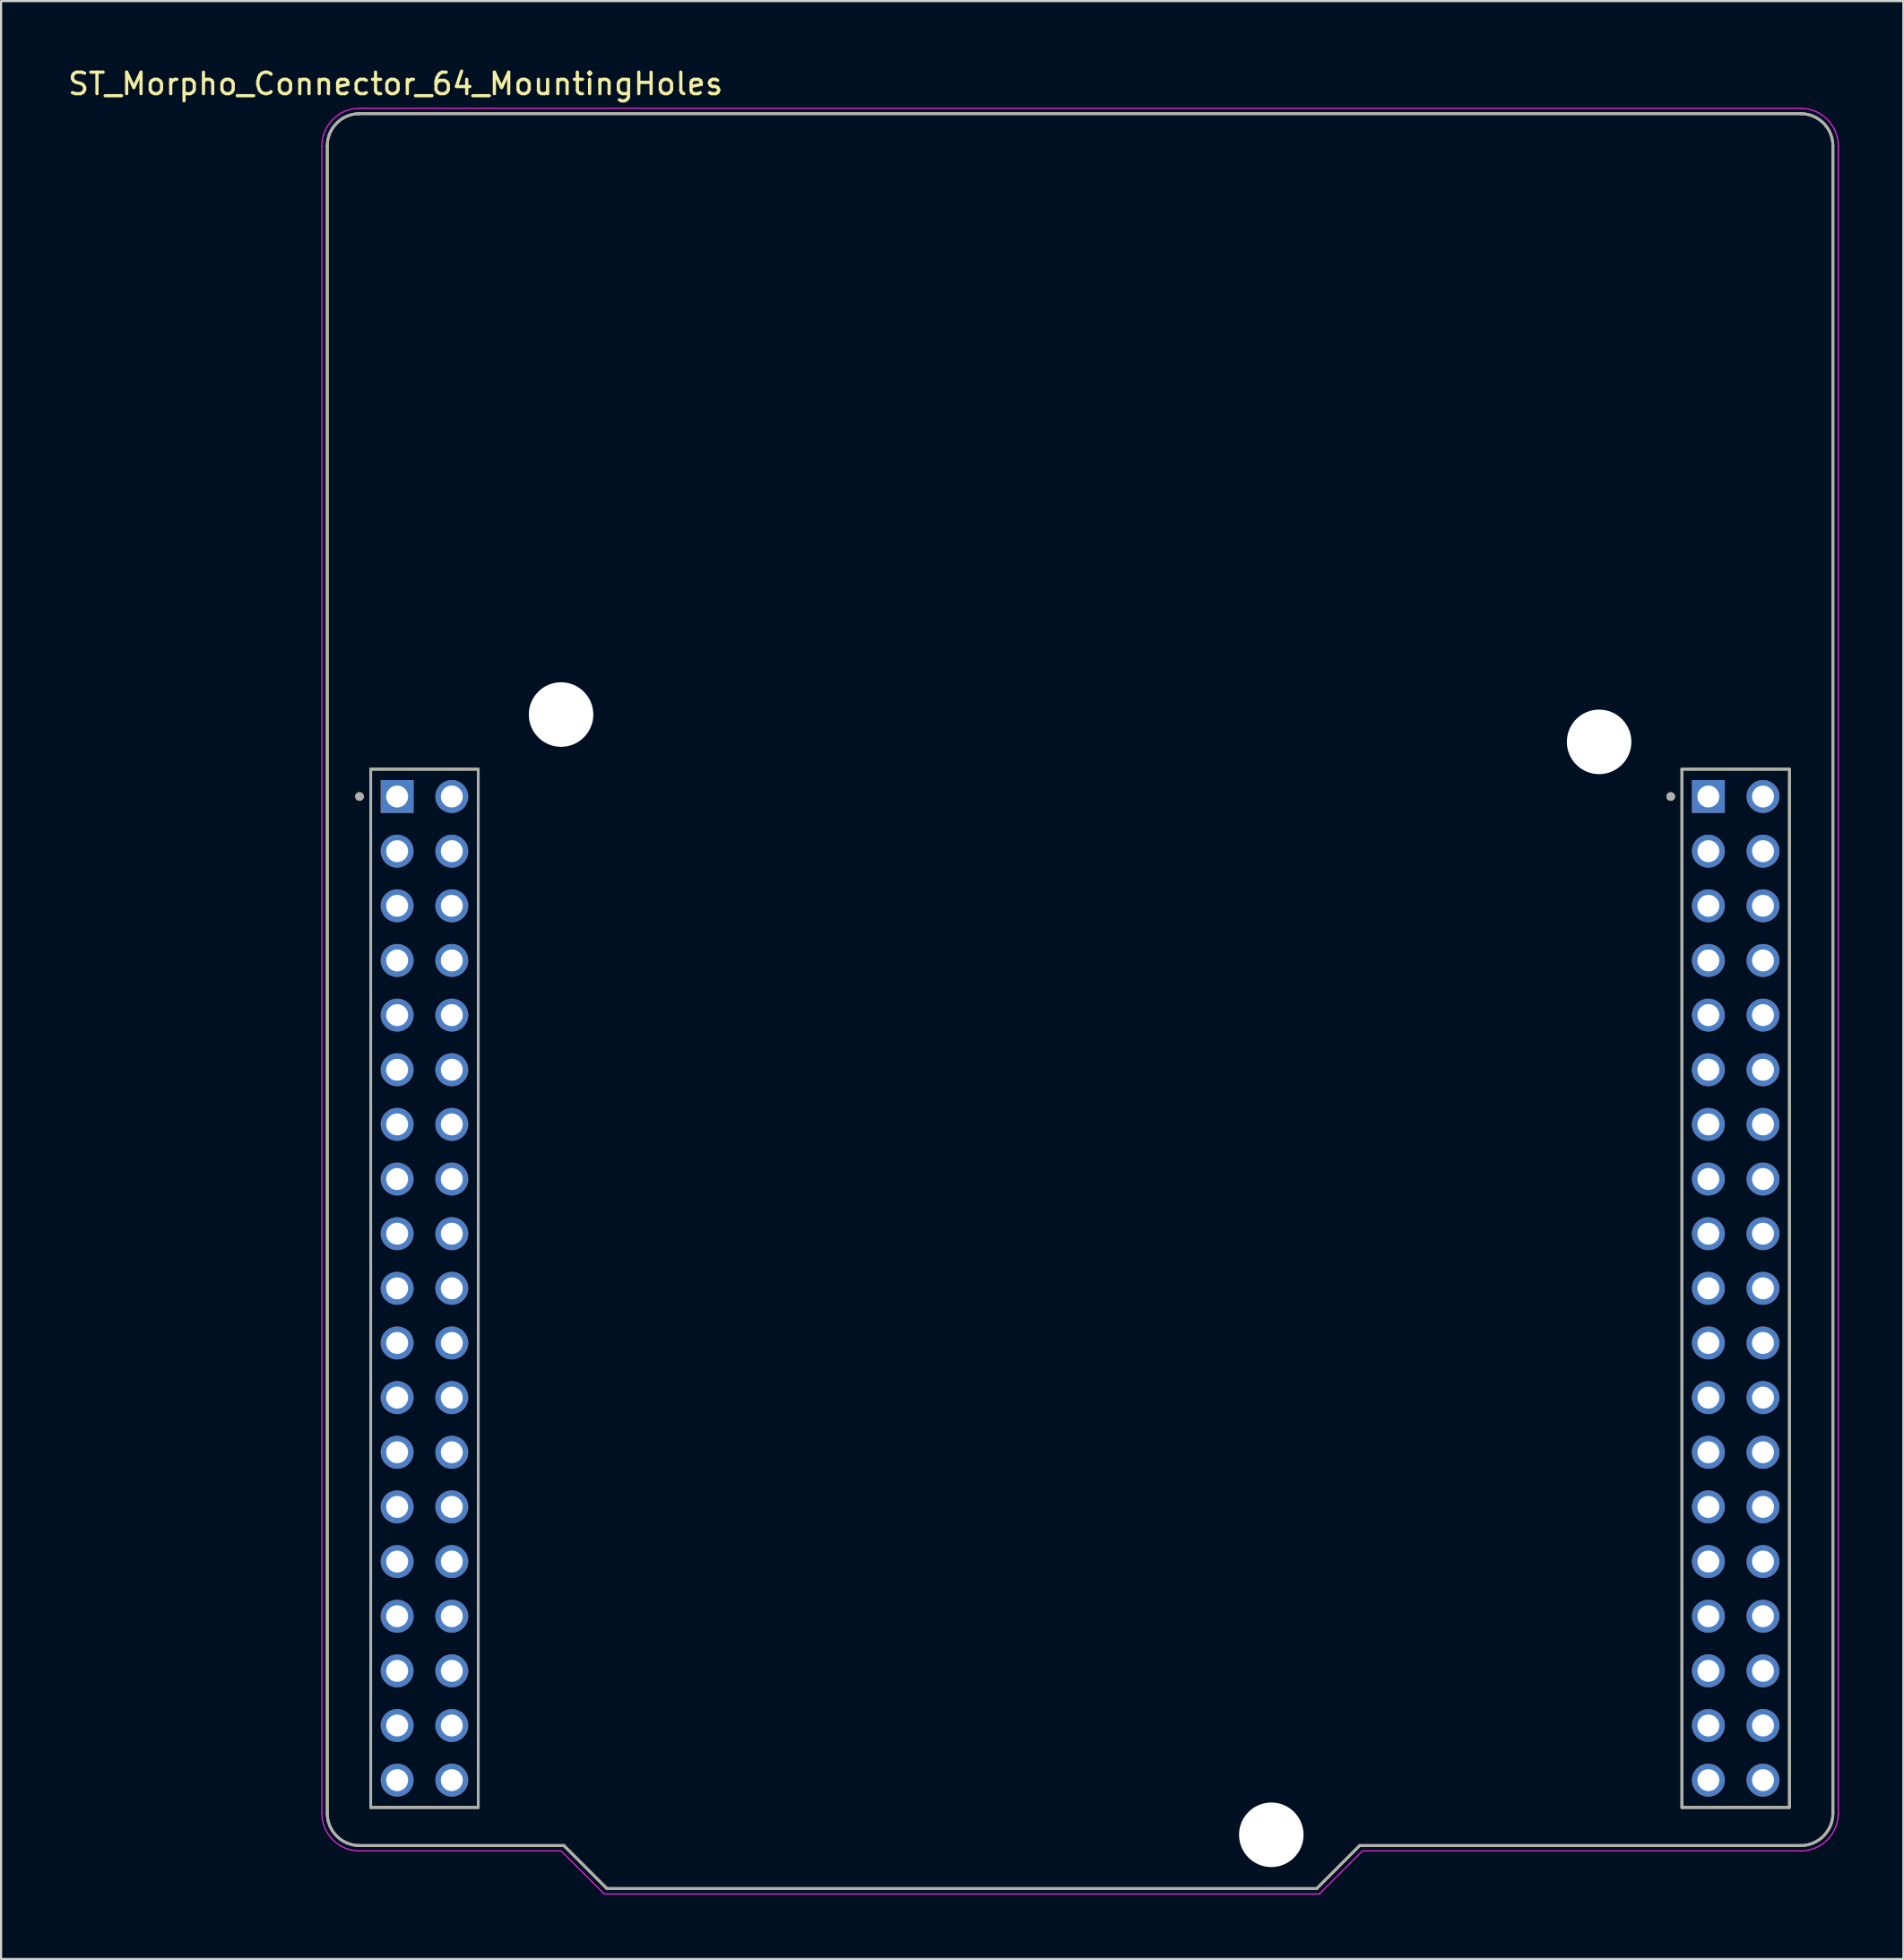
<source format=kicad_pcb>
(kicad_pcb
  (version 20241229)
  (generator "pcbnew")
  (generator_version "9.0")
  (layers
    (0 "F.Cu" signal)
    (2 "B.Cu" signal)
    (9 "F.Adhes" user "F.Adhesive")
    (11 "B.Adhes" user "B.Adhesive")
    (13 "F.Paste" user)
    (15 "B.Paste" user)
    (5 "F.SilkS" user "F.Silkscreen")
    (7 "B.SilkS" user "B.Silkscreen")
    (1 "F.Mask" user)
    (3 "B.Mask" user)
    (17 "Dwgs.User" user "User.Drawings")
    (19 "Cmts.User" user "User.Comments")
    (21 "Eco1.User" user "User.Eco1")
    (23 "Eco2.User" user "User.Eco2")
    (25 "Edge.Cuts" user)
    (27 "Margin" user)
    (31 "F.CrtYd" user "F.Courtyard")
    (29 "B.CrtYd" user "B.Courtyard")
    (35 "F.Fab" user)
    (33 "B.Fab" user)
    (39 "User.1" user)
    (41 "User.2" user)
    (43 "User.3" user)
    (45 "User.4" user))
  (footprint "ST_Morpho_Connector_64_MountingHoles"
    (layer "F.Cu")
    (at 47.164 43.483)
    (property "Reference" "ST_Morpho_Connector_64_MountingHoles" (at -31.825 -42.635 0) (layer "F.SilkS") (effects (font (size 1 1) (thickness 0.15))))
    (attr through_hole)
    (fp_line (start -35 37.75) (end -35 -39.75) (stroke (width 0.127) (type solid)) (layer "F.SilkS"))
    (fp_line (start -33.5 -41.25) (end 33.5 -41.25) (stroke (width 0.127) (type solid)) (layer "F.SilkS"))
    (fp_line (start -32.98 -10.78) (end -32.98 37.48) (stroke (width 0.127) (type solid)) (layer "F.SilkS"))
    (fp_line (start -32.98 37.48) (end -27.98 37.48) (stroke (width 0.127) (type solid)) (layer "F.SilkS"))
    (fp_line (start -27.98 -10.78) (end -32.98 -10.78) (stroke (width 0.127) (type solid)) (layer "F.SilkS"))
    (fp_line (start -27.98 37.48) (end -27.98 -10.78) (stroke (width 0.127) (type solid)) (layer "F.SilkS"))
    (fp_line (start -24 39.25) (end -33.5 39.25) (stroke (width 0.127) (type solid)) (layer "F.SilkS"))
    (fp_line (start -22 41.25) (end -24 39.25) (stroke (width 0.127) (type solid)) (layer "F.SilkS"))
    (fp_line (start 11 41.25) (end -22 41.25) (stroke (width 0.127) (type solid)) (layer "F.SilkS"))
    (fp_line (start 13 39.25) (end 11 41.25) (stroke (width 0.127) (type solid)) (layer "F.SilkS"))
    (fp_line (start 27.98 -10.78) (end 27.98 37.48) (stroke (width 0.127) (type solid)) (layer "F.SilkS"))
    (fp_line (start 27.98 37.48) (end 32.98 37.48) (stroke (width 0.127) (type solid)) (layer "F.SilkS"))
    (fp_line (start 32.98 -10.78) (end 27.98 -10.78) (stroke (width 0.127) (type solid)) (layer "F.SilkS"))
    (fp_line (start 32.98 37.48) (end 32.98 -10.78) (stroke (width 0.127) (type solid)) (layer "F.SilkS"))
    (fp_line (start 33.5 39.25) (end 13 39.25) (stroke (width 0.127) (type solid)) (layer "F.SilkS"))
    (fp_line (start 35 -39.75) (end 35 37.75) (stroke (width 0.127) (type solid)) (layer "F.SilkS"))
    (fp_arc (start -35 -39.75) (mid -34.56066 -40.81066) (end -33.5 -41.25) (stroke (width 0.127) (type solid)) (layer "F.SilkS"))
    (fp_arc (start -33.5 39.25) (mid -34.56066 38.81066) (end -35 37.75) (stroke (width 0.127) (type solid)) (layer "F.SilkS"))
    (fp_arc (start 33.5 -41.25) (mid 34.56066 -40.81066) (end 35 -39.75) (stroke (width 0.127) (type solid)) (layer "F.SilkS"))
    (fp_arc (start 35 37.75) (mid 34.56066 38.81066) (end 33.5 39.25) (stroke (width 0.127) (type solid)) (layer "F.SilkS"))
    (fp_circle (center -33.5 -9.51) (end -33.4 -9.51) (stroke (width 0.2) (type solid)) (fill no) (layer "F.SilkS"))
    (fp_circle (center 27.46 -9.51) (end 27.56 -9.51) (stroke (width 0.2) (type solid)) (fill no) (layer "F.SilkS"))
    (fp_line (start -35.25 37.75) (end -35.25 -39.75) (stroke (width 0.05) (type solid)) (layer "F.CrtYd"))
    (fp_line (start -33.5 -41.5) (end 33.5 -41.5) (stroke (width 0.05) (type solid)) (layer "F.CrtYd"))
    (fp_line (start -24.125 39.5) (end -33.5 39.5) (stroke (width 0.05) (type solid)) (layer "F.CrtYd"))
    (fp_line (start -22.125 41.5) (end -24.125 39.5) (stroke (width 0.05) (type solid)) (layer "F.CrtYd"))
    (fp_line (start 11.125 41.5) (end -22.125 41.5) (stroke (width 0.05) (type solid)) (layer "F.CrtYd"))
    (fp_line (start 13.125 39.5) (end 11.125 41.5) (stroke (width 0.05) (type solid)) (layer "F.CrtYd"))
    (fp_line (start 33.5 39.5) (end 13.125 39.5) (stroke (width 0.05) (type solid)) (layer "F.CrtYd"))
    (fp_line (start 35.25 -39.75) (end 35.25 37.75) (stroke (width 0.05) (type solid)) (layer "F.CrtYd"))
    (fp_arc (start -35.25 -39.75) (mid -34.737437 -40.987437) (end -33.5 -41.5) (stroke (width 0.05) (type solid)) (layer "F.CrtYd"))
    (fp_arc (start -33.5 39.5) (mid -34.737437 38.987437) (end -35.25 37.75) (stroke (width 0.05) (type solid)) (layer "F.CrtYd"))
    (fp_arc (start 33.5 -41.5) (mid 34.737437 -40.987437) (end 35.25 -39.75) (stroke (width 0.05) (type solid)) (layer "F.CrtYd"))
    (fp_arc (start 35.25 37.75) (mid 34.737437 38.987437) (end 33.5 39.5) (stroke (width 0.05) (type solid)) (layer "F.CrtYd"))
    (fp_line (start -35 37.75) (end -35 -39.75) (stroke (width 0.127) (type solid)) (layer "F.Fab"))
    (fp_line (start -33.5 -41.25) (end 33.5 -41.25) (stroke (width 0.127) (type solid)) (layer "F.Fab"))
    (fp_line (start -32.98 -10.78) (end -32.98 37.48) (stroke (width 0.127) (type solid)) (layer "F.Fab"))
    (fp_line (start -32.98 37.48) (end -27.98 37.48) (stroke (width 0.127) (type solid)) (layer "F.Fab"))
    (fp_line (start -27.98 -10.78) (end -32.98 -10.78) (stroke (width 0.127) (type solid)) (layer "F.Fab"))
    (fp_line (start -27.98 37.48) (end -27.98 -10.78) (stroke (width 0.127) (type solid)) (layer "F.Fab"))
    (fp_line (start -24 39.25) (end -33.5 39.25) (stroke (width 0.127) (type solid)) (layer "F.Fab"))
    (fp_line (start -22 41.25) (end -24 39.25) (stroke (width 0.127) (type solid)) (layer "F.Fab"))
    (fp_line (start 11 41.25) (end -22 41.25) (stroke (width 0.127) (type solid)) (layer "F.Fab"))
    (fp_line (start 13 39.25) (end 11 41.25) (stroke (width 0.127) (type solid)) (layer "F.Fab"))
    (fp_line (start 27.98 -10.78) (end 27.98 37.48) (stroke (width 0.127) (type solid)) (layer "F.Fab"))
    (fp_line (start 27.98 37.48) (end 32.98 37.48) (stroke (width 0.127) (type solid)) (layer "F.Fab"))
    (fp_line (start 32.98 -10.78) (end 27.98 -10.78) (stroke (width 0.127) (type solid)) (layer "F.Fab"))
    (fp_line (start 32.98 37.48) (end 32.98 -10.78) (stroke (width 0.127) (type solid)) (layer "F.Fab"))
    (fp_line (start 33.5 39.25) (end 13 39.25) (stroke (width 0.127) (type solid)) (layer "F.Fab"))
    (fp_line (start 35 -39.75) (end 35 37.75) (stroke (width 0.127) (type solid)) (layer "F.Fab"))
    (fp_arc (start -35 -39.75) (mid -34.56066 -40.81066) (end -33.5 -41.25) (stroke (width 0.127) (type solid)) (layer "F.Fab"))
    (fp_arc (start -33.5 39.25) (mid -34.56066 38.81066) (end -35 37.75) (stroke (width 0.127) (type solid)) (layer "F.Fab"))
    (fp_arc (start 33.5 -41.25) (mid 34.56066 -40.81066) (end 35 -39.75) (stroke (width 0.127) (type solid)) (layer "F.Fab"))
    (fp_arc (start 35 37.75) (mid 34.56066 38.81066) (end 33.5 39.25) (stroke (width 0.127) (type solid)) (layer "F.Fab"))
    (fp_circle (center -33.5 -9.51) (end -33.4 -9.51) (stroke (width 0.2) (type solid)) (fill no) (layer "F.Fab"))
    (fp_circle (center 27.46 -9.51) (end 27.56 -9.51) (stroke (width 0.2) (type solid)) (fill no) (layer "F.Fab"))
    (pad "" np_thru_hole circle (at -24.13 -13.32) (size 3 3) (drill 3) (layers "*.Cu" "*.Mask"))
    (pad "" np_thru_hole circle (at 8.89 38.75) (size 3 3) (drill 3) (layers "*.Cu" "*.Mask"))
    (pad "" np_thru_hole circle (at 24.13 -12.05) (size 3 3) (drill 3) (layers "*.Cu" "*.Mask"))
    (pad "CN7_1" thru_hole rect (at -31.75 -9.51) (size 1.53 1.53) (drill 1.02) (layers "*.Cu" "*.Mask"))
    (pad "CN7_2" thru_hole circle (at -29.21 -9.51) (size 1.53 1.53) (drill 1.02) (layers "*.Cu" "*.Mask"))
    (pad "CN7_3" thru_hole circle (at -31.75 -6.97) (size 1.53 1.53) (drill 1.02) (layers "*.Cu" "*.Mask"))
    (pad "CN7_4" thru_hole circle (at -29.21 -6.97) (size 1.53 1.53) (drill 1.02) (layers "*.Cu" "*.Mask"))
    (pad "CN7_5" thru_hole circle (at -31.75 -4.43) (size 1.53 1.53) (drill 1.02) (layers "*.Cu" "*.Mask"))
    (pad "CN7_6" thru_hole circle (at -29.21 -4.43) (size 1.53 1.53) (drill 1.02) (layers "*.Cu" "*.Mask"))
    (pad "CN7_7" thru_hole circle (at -31.75 -1.89) (size 1.53 1.53) (drill 1.02) (layers "*.Cu" "*.Mask"))
    (pad "CN7_8" thru_hole circle (at -29.21 -1.89) (size 1.53 1.53) (drill 1.02) (layers "*.Cu" "*.Mask"))
    (pad "CN7_9" thru_hole circle (at -31.75 0.65) (size 1.53 1.53) (drill 1.02) (layers "*.Cu" "*.Mask"))
    (pad "CN7_10" thru_hole circle (at -29.21 0.65) (size 1.53 1.53) (drill 1.02) (layers "*.Cu" "*.Mask"))
    (pad "CN7_11" thru_hole circle (at -31.75 3.19) (size 1.53 1.53) (drill 1.02) (layers "*.Cu" "*.Mask"))
    (pad "CN7_12" thru_hole circle (at -29.21 3.19) (size 1.53 1.53) (drill 1.02) (layers "*.Cu" "*.Mask"))
    (pad "CN7_13" thru_hole circle (at -31.75 5.73) (size 1.53 1.53) (drill 1.02) (layers "*.Cu" "*.Mask"))
    (pad "CN7_14" thru_hole circle (at -29.21 5.73) (size 1.53 1.53) (drill 1.02) (layers "*.Cu" "*.Mask"))
    (pad "CN7_15" thru_hole circle (at -31.75 8.27) (size 1.53 1.53) (drill 1.02) (layers "*.Cu" "*.Mask"))
    (pad "CN7_16" thru_hole circle (at -29.21 8.27) (size 1.53 1.53) (drill 1.02) (layers "*.Cu" "*.Mask"))
    (pad "CN7_17" thru_hole circle (at -31.75 10.81) (size 1.53 1.53) (drill 1.02) (layers "*.Cu" "*.Mask"))
    (pad "CN7_18" thru_hole circle (at -29.21 10.81) (size 1.53 1.53) (drill 1.02) (layers "*.Cu" "*.Mask"))
    (pad "CN7_19" thru_hole circle (at -31.75 13.35) (size 1.53 1.53) (drill 1.02) (layers "*.Cu" "*.Mask"))
    (pad "CN7_20" thru_hole circle (at -29.21 13.35) (size 1.53 1.53) (drill 1.02) (layers "*.Cu" "*.Mask"))
    (pad "CN7_21" thru_hole circle (at -31.75 15.89) (size 1.53 1.53) (drill 1.02) (layers "*.Cu" "*.Mask"))
    (pad "CN7_22" thru_hole circle (at -29.21 15.89) (size 1.53 1.53) (drill 1.02) (layers "*.Cu" "*.Mask"))
    (pad "CN7_23" thru_hole circle (at -31.75 18.43) (size 1.53 1.53) (drill 1.02) (layers "*.Cu" "*.Mask"))
    (pad "CN7_24" thru_hole circle (at -29.21 18.43) (size 1.53 1.53) (drill 1.02) (layers "*.Cu" "*.Mask"))
    (pad "CN7_25" thru_hole circle (at -31.75 20.97) (size 1.53 1.53) (drill 1.02) (layers "*.Cu" "*.Mask"))
    (pad "CN7_26" thru_hole circle (at -29.21 20.97) (size 1.53 1.53) (drill 1.02) (layers "*.Cu" "*.Mask"))
    (pad "CN7_27" thru_hole circle (at -31.75 23.51) (size 1.53 1.53) (drill 1.02) (layers "*.Cu" "*.Mask"))
    (pad "CN7_28" thru_hole circle (at -29.21 23.51) (size 1.53 1.53) (drill 1.02) (layers "*.Cu" "*.Mask"))
    (pad "CN7_29" thru_hole circle (at -31.75 26.05) (size 1.53 1.53) (drill 1.02) (layers "*.Cu" "*.Mask"))
    (pad "CN7_30" thru_hole circle (at -29.21 26.05) (size 1.53 1.53) (drill 1.02) (layers "*.Cu" "*.Mask"))
    (pad "CN7_31" thru_hole circle (at -31.75 28.59) (size 1.53 1.53) (drill 1.02) (layers "*.Cu" "*.Mask"))
    (pad "CN7_32" thru_hole circle (at -29.21 28.59) (size 1.53 1.53) (drill 1.02) (layers "*.Cu" "*.Mask"))
    (pad "CN7_33" thru_hole circle (at -31.75 31.13) (size 1.53 1.53) (drill 1.02) (layers "*.Cu" "*.Mask"))
    (pad "CN7_34" thru_hole circle (at -29.21 31.13) (size 1.53 1.53) (drill 1.02) (layers "*.Cu" "*.Mask"))
    (pad "CN7_35" thru_hole circle (at -31.75 33.67) (size 1.53 1.53) (drill 1.02) (layers "*.Cu" "*.Mask"))
    (pad "CN7_36" thru_hole circle (at -29.21 33.67) (size 1.53 1.53) (drill 1.02) (layers "*.Cu" "*.Mask"))
    (pad "CN7_37" thru_hole circle (at -31.75 36.21) (size 1.53 1.53) (drill 1.02) (layers "*.Cu" "*.Mask"))
    (pad "CN7_38" thru_hole circle (at -29.21 36.21) (size 1.53 1.53) (drill 1.02) (layers "*.Cu" "*.Mask"))
    (pad "CN10_1" thru_hole rect (at 29.21 -9.51) (size 1.53 1.53) (drill 1.02) (layers "*.Cu" "*.Mask"))
    (pad "CN10_2" thru_hole circle (at 31.75 -9.51) (size 1.53 1.53) (drill 1.02) (layers "*.Cu" "*.Mask"))
    (pad "CN10_3" thru_hole circle (at 29.21 -6.97) (size 1.53 1.53) (drill 1.02) (layers "*.Cu" "*.Mask"))
    (pad "CN10_4" thru_hole circle (at 31.75 -6.97) (size 1.53 1.53) (drill 1.02) (layers "*.Cu" "*.Mask"))
    (pad "CN10_5" thru_hole circle (at 29.21 -4.43) (size 1.53 1.53) (drill 1.02) (layers "*.Cu" "*.Mask"))
    (pad "CN10_6" thru_hole circle (at 31.75 -4.43) (size 1.53 1.53) (drill 1.02) (layers "*.Cu" "*.Mask"))
    (pad "CN10_7" thru_hole circle (at 29.21 -1.89) (size 1.53 1.53) (drill 1.02) (layers "*.Cu" "*.Mask"))
    (pad "CN10_8" thru_hole circle (at 31.75 -1.89) (size 1.53 1.53) (drill 1.02) (layers "*.Cu" "*.Mask"))
    (pad "CN10_9" thru_hole circle (at 29.21 0.65) (size 1.53 1.53) (drill 1.02) (layers "*.Cu" "*.Mask"))
    (pad "CN10_10" thru_hole circle (at 31.75 0.65) (size 1.53 1.53) (drill 1.02) (layers "*.Cu" "*.Mask"))
    (pad "CN10_11" thru_hole circle (at 29.21 3.19) (size 1.53 1.53) (drill 1.02) (layers "*.Cu" "*.Mask"))
    (pad "CN10_12" thru_hole circle (at 31.75 3.19) (size 1.53 1.53) (drill 1.02) (layers "*.Cu" "*.Mask"))
    (pad "CN10_13" thru_hole circle (at 29.21 5.73) (size 1.53 1.53) (drill 1.02) (layers "*.Cu" "*.Mask"))
    (pad "CN10_14" thru_hole circle (at 31.75 5.73) (size 1.53 1.53) (drill 1.02) (layers "*.Cu" "*.Mask"))
    (pad "CN10_15" thru_hole circle (at 29.21 8.27) (size 1.53 1.53) (drill 1.02) (layers "*.Cu" "*.Mask"))
    (pad "CN10_16" thru_hole circle (at 31.75 8.27) (size 1.53 1.53) (drill 1.02) (layers "*.Cu" "*.Mask"))
    (pad "CN10_17" thru_hole circle (at 29.21 10.81) (size 1.53 1.53) (drill 1.02) (layers "*.Cu" "*.Mask"))
    (pad "CN10_18" thru_hole circle (at 31.75 10.81) (size 1.53 1.53) (drill 1.02) (layers "*.Cu" "*.Mask"))
    (pad "CN10_19" thru_hole circle (at 29.21 13.35) (size 1.53 1.53) (drill 1.02) (layers "*.Cu" "*.Mask"))
    (pad "CN10_20" thru_hole circle (at 31.75 13.35) (size 1.53 1.53) (drill 1.02) (layers "*.Cu" "*.Mask"))
    (pad "CN10_21" thru_hole circle (at 29.21 15.89) (size 1.53 1.53) (drill 1.02) (layers "*.Cu" "*.Mask"))
    (pad "CN10_22" thru_hole circle (at 31.75 15.89) (size 1.53 1.53) (drill 1.02) (layers "*.Cu" "*.Mask"))
    (pad "CN10_23" thru_hole circle (at 29.21 18.43) (size 1.53 1.53) (drill 1.02) (layers "*.Cu" "*.Mask"))
    (pad "CN10_24" thru_hole circle (at 31.75 18.43) (size 1.53 1.53) (drill 1.02) (layers "*.Cu" "*.Mask"))
    (pad "CN10_25" thru_hole circle (at 29.21 20.97) (size 1.53 1.53) (drill 1.02) (layers "*.Cu" "*.Mask"))
    (pad "CN10_26" thru_hole circle (at 31.75 20.97) (size 1.53 1.53) (drill 1.02) (layers "*.Cu" "*.Mask"))
    (pad "CN10_27" thru_hole circle (at 29.21 23.51) (size 1.53 1.53) (drill 1.02) (layers "*.Cu" "*.Mask"))
    (pad "CN10_28" thru_hole circle (at 31.75 23.51) (size 1.53 1.53) (drill 1.02) (layers "*.Cu" "*.Mask"))
    (pad "CN10_29" thru_hole circle (at 29.21 26.05) (size 1.53 1.53) (drill 1.02) (layers "*.Cu" "*.Mask"))
    (pad "CN10_30" thru_hole circle (at 31.75 26.05) (size 1.53 1.53) (drill 1.02) (layers "*.Cu" "*.Mask"))
    (pad "CN10_31" thru_hole circle (at 29.21 28.59) (size 1.53 1.53) (drill 1.02) (layers "*.Cu" "*.Mask"))
    (pad "CN10_32" thru_hole circle (at 31.75 28.59) (size 1.53 1.53) (drill 1.02) (layers "*.Cu" "*.Mask"))
    (pad "CN10_33" thru_hole circle (at 29.21 31.13) (size 1.53 1.53) (drill 1.02) (layers "*.Cu" "*.Mask"))
    (pad "CN10_34" thru_hole circle (at 31.75 31.13) (size 1.53 1.53) (drill 1.02) (layers "*.Cu" "*.Mask"))
    (pad "CN10_35" thru_hole circle (at 29.21 33.67) (size 1.53 1.53) (drill 1.02) (layers "*.Cu" "*.Mask"))
    (pad "CN10_36" thru_hole circle (at 31.75 33.67) (size 1.53 1.53) (drill 1.02) (layers "*.Cu" "*.Mask"))
    (pad "CN10_37" thru_hole circle (at 29.21 36.21) (size 1.53 1.53) (drill 1.02) (layers "*.Cu" "*.Mask"))
    (pad "CN10_38" thru_hole circle (at 31.75 36.21) (size 1.53 1.53) (drill 1.02) (layers "*.Cu" "*.Mask")))
  (gr_rect
    (start -3 -3)
    (end 85.439 88.008)
    (stroke (width 0.1) (type default))
    (fill no)
    (layer "Edge.Cuts")))
</source>
